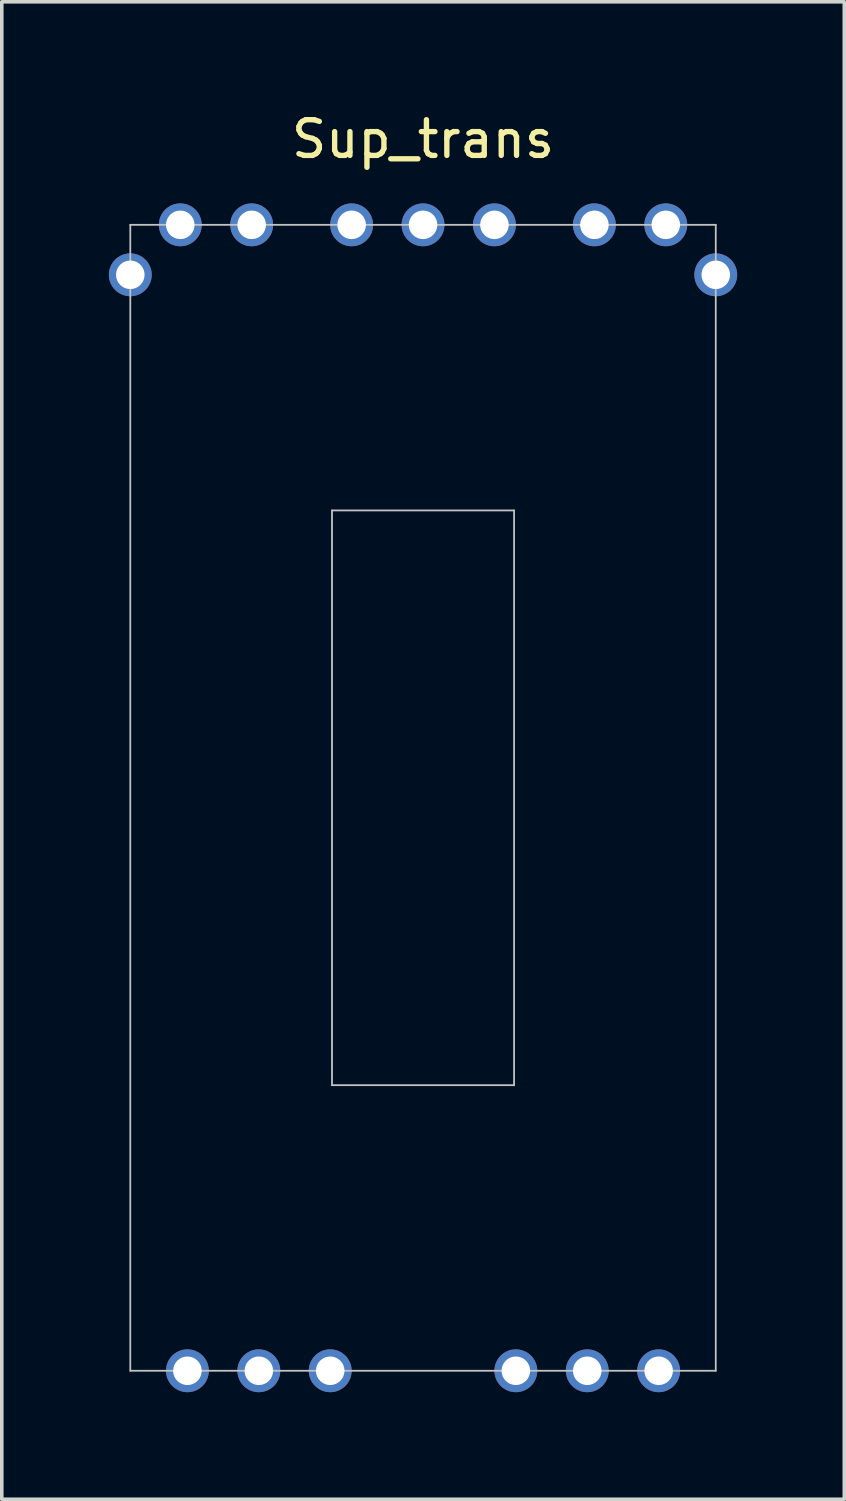
<source format=kicad_pcb>
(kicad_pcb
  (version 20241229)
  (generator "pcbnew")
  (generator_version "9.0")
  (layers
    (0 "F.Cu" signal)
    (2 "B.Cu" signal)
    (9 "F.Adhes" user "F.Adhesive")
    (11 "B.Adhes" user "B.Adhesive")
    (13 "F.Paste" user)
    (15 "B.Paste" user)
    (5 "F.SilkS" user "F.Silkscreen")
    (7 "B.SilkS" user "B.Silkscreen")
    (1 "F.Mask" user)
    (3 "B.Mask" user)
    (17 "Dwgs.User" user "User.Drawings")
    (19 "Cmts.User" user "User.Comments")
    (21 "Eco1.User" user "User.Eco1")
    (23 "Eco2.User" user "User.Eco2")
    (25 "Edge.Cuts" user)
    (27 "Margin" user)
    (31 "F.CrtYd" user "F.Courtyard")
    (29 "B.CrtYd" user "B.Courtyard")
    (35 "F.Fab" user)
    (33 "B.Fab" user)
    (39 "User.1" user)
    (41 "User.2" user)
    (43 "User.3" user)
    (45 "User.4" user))
  (footprint "Sup_trans"
    (layer "F.Cu")
    (at 8.8 19.298)
    (property "Reference" "Sup_trans" (at 0 -18.45 0) (layer "F.SilkS") (effects (font (size 1 1) (thickness 0.15))))
    (attr through_hole)
    (fp_line (start -8.2 -16.05) (end 8.2 -16.05) (stroke (width 0.05) (type solid)) (layer "Dwgs.User"))
    (fp_line (start -8.2 16.05) (end -8.2 -16.05) (stroke (width 0.05) (type solid)) (layer "Dwgs.User"))
    (fp_line (start -2.55 -8.05) (end 2.55 -8.05) (stroke (width 0.05) (type solid)) (layer "Dwgs.User"))
    (fp_line (start -2.55 8.05) (end -2.55 -8.05) (stroke (width 0.05) (type solid)) (layer "Dwgs.User"))
    (fp_line (start 2.55 -8.05) (end 2.55 8.05) (stroke (width 0.05) (type solid)) (layer "Dwgs.User"))
    (fp_line (start 2.55 8.05) (end -2.55 8.05) (stroke (width 0.05) (type solid)) (layer "Dwgs.User"))
    (fp_line (start 8.2 -16.05) (end 8.2 16.05) (stroke (width 0.05) (type solid)) (layer "Dwgs.User"))
    (fp_line (start 8.2 16.05) (end -8.2 16.05) (stroke (width 0.05) (type solid)) (layer "Dwgs.User"))
    (pad "1" thru_hole circle (at -6.6 16.05) (size 1.2 1.2) (drill 0.8) (layers "*.Cu" "*.Mask"))
    (pad "2" thru_hole circle (at -4.6 16.05) (size 1.2 1.2) (drill 0.8) (layers "*.Cu" "*.Mask"))
    (pad "3" thru_hole circle (at -2.6 16.05) (size 1.2 1.2) (drill 0.8) (layers "*.Cu" "*.Mask"))
    (pad "4" thru_hole circle (at 8.2 -14.65) (size 1.2 1.2) (drill 0.8) (layers "*.Cu" "*.Mask"))
    (pad "5" thru_hole circle (at 6.8 -16.05) (size 1.2 1.2) (drill 0.8) (layers "*.Cu" "*.Mask"))
    (pad "6" thru_hole circle (at 4.8 -16.05) (size 1.2 1.2) (drill 0.8) (layers "*.Cu" "*.Mask"))
    (pad "7" thru_hole circle (at 2 -16.05) (size 1.2 1.2) (drill 0.8) (layers "*.Cu" "*.Mask"))
    (pad "8" thru_hole circle (at 0 -16.05) (size 1.2 1.2) (drill 0.8) (layers "*.Cu" "*.Mask"))
    (pad "9" thru_hole circle (at -2 -16.05) (size 1.2 1.2) (drill 0.8) (layers "*.Cu" "*.Mask"))
    (pad "10" thru_hole circle (at -4.8 -16.05) (size 1.2 1.2) (drill 0.8) (layers "*.Cu" "*.Mask"))
    (pad "11" thru_hole circle (at -6.8 -16.05) (size 1.2 1.2) (drill 0.8) (layers "*.Cu" "*.Mask"))
    (pad "12" thru_hole circle (at -8.2 -14.65) (size 1.2 1.2) (drill 0.8) (layers "*.Cu" "*.Mask"))
    (pad "13" thru_hole circle (at 2.6 16.05) (size 1.2 1.2) (drill 0.8) (layers "*.Cu" "*.Mask"))
    (pad "14" thru_hole circle (at 4.6 16.05) (size 1.2 1.2) (drill 0.8) (layers "*.Cu" "*.Mask"))
    (pad "15" thru_hole circle (at 6.6 16.05) (size 1.2 1.2) (drill 0.8) (layers "*.Cu" "*.Mask")))
  (gr_rect
    (start -3 -3)
    (end 20.6 38.948)
    (stroke (width 0.1) (type default))
    (fill no)
    (layer "Edge.Cuts")))
</source>
